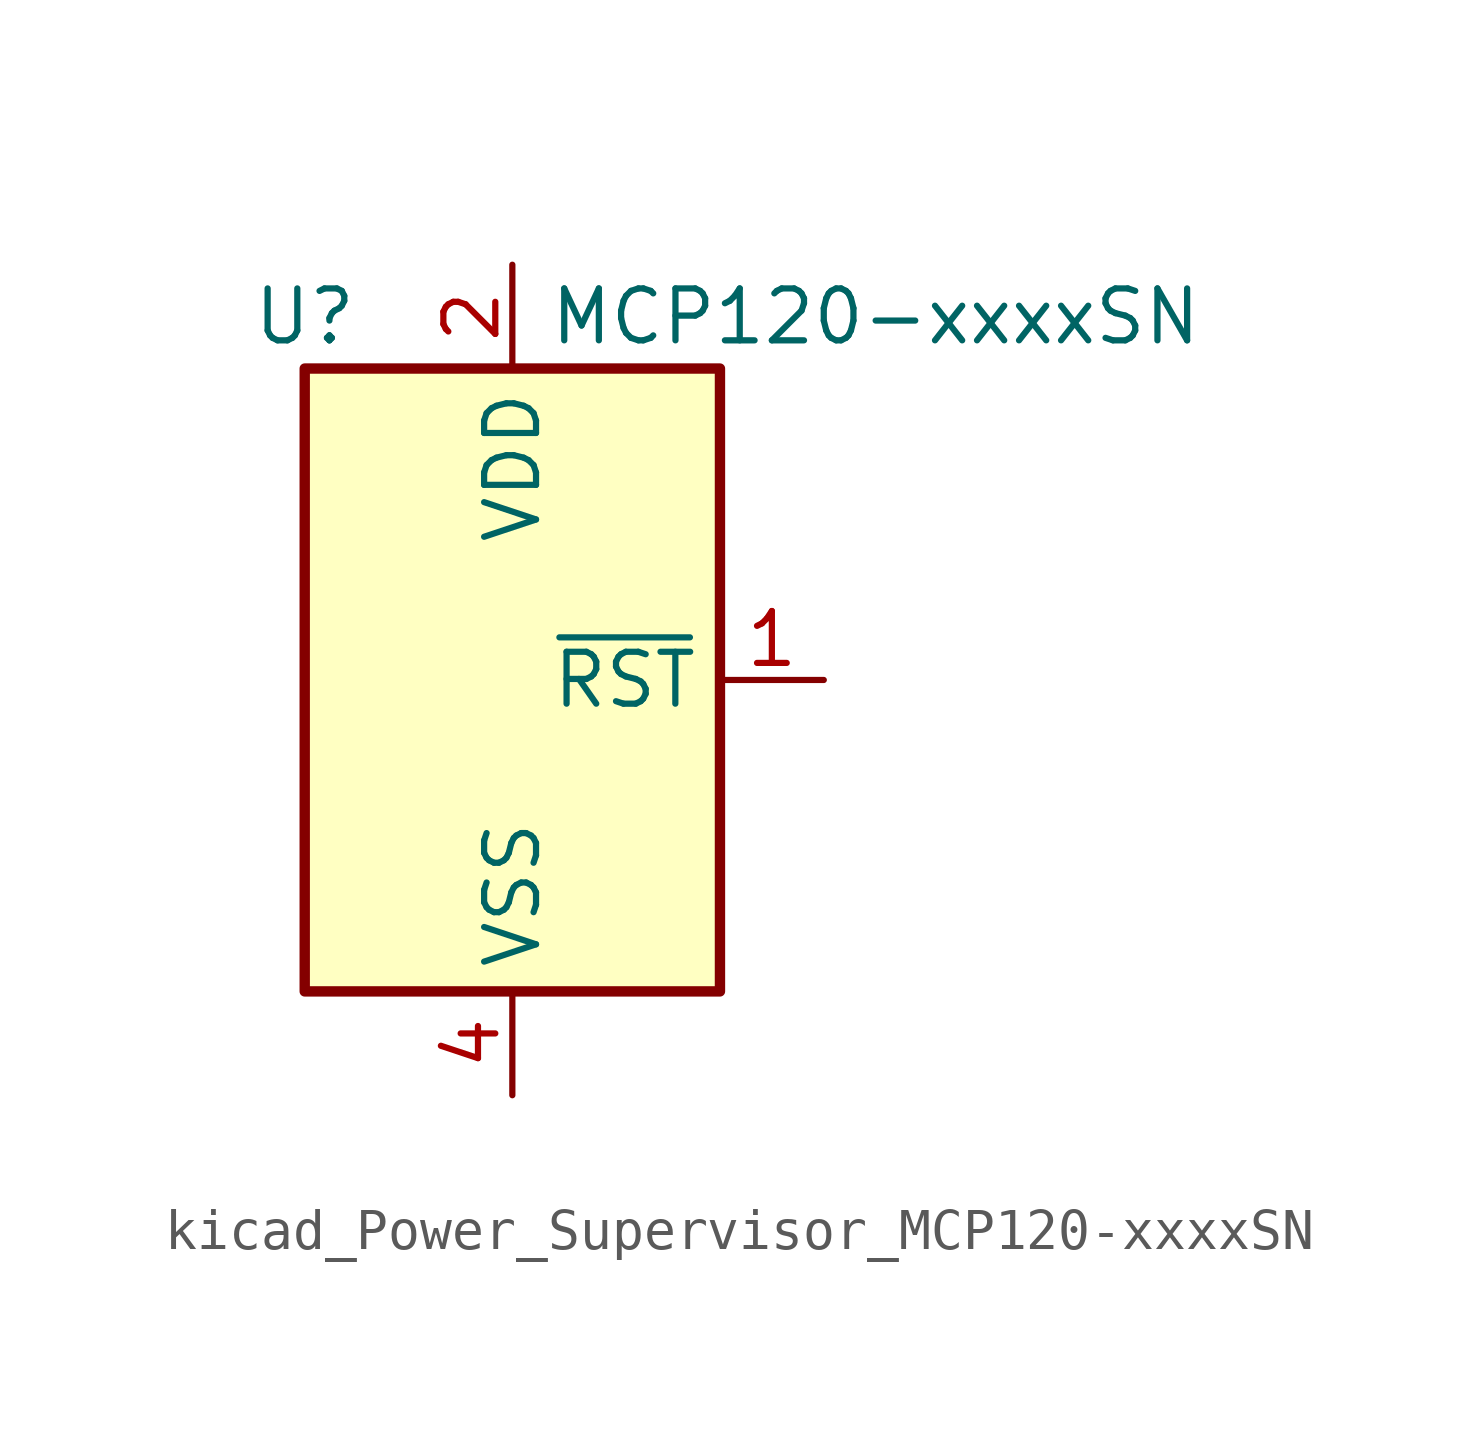
<source format=kicad_sym>
(kicad_symbol_lib
  (version 20220914)
  (generator kicad_symbol_editor)
  (symbol "kicad_Power_Supervisor_MCP120-xxxxSN"
    (property "Reference" "U"
      (at -5.08 8.89 0)
      (effects (font (size 1.27 1.27))))
    (property "Value" "MCP120-xxxxSN"
      (at 8.89 8.89 0)
      (effects (font (size 1.27 1.27))))
    (symbol "kicad_Power_Supervisor_MCP120-xxxxSN_0_1"
      (rectangle (start 5.08 7.62) (end -5.08 -7.62) (stroke (width 0.254) (type default)) (fill (type background))))
    (symbol "kicad_Power_Supervisor_MCP120-xxxxSN_1_1"
      (pin open_collector line (at 7.62 0 180) (length 2.54) (name "~{RST}" (effects (font (size 1.27 1.27)))) (number "1" (effects (font (size 1.27 1.27)))))
      (pin power_in line (at 0 10.16 270) (length 2.54) (name "VDD" (effects (font (size 1.27 1.27)))) (number "2" (effects (font (size 1.27 1.27)))))
      (pin no_connect line (at -5.08 5.08 0) (length 2.54) hide (name "NC" (effects (font (size 1.27 1.27)))) (number "3" (effects (font (size 1.27 1.27)))))
      (pin power_in line (at 0 -10.16 90) (length 2.54) (name "VSS" (effects (font (size 1.27 1.27)))) (number "4" (effects (font (size 1.27 1.27)))))
      (pin no_connect line (at -5.08 2.54 0) (length 2.54) hide (name "NC" (effects (font (size 1.27 1.27)))) (number "5" (effects (font (size 1.27 1.27)))))
      (pin no_connect line (at -5.08 0 0) (length 2.54) hide (name "NC" (effects (font (size 1.27 1.27)))) (number "6" (effects (font (size 1.27 1.27)))))
      (pin no_connect line (at -5.08 -2.54 0) (length 2.54) hide (name "NC" (effects (font (size 1.27 1.27)))) (number "7" (effects (font (size 1.27 1.27)))))
      (pin no_connect line (at -5.08 -5.08 0) (length 2.54) hide (name "NC" (effects (font (size 1.27 1.27)))) (number "8" (effects (font (size 1.27 1.27))))))))
</source>
